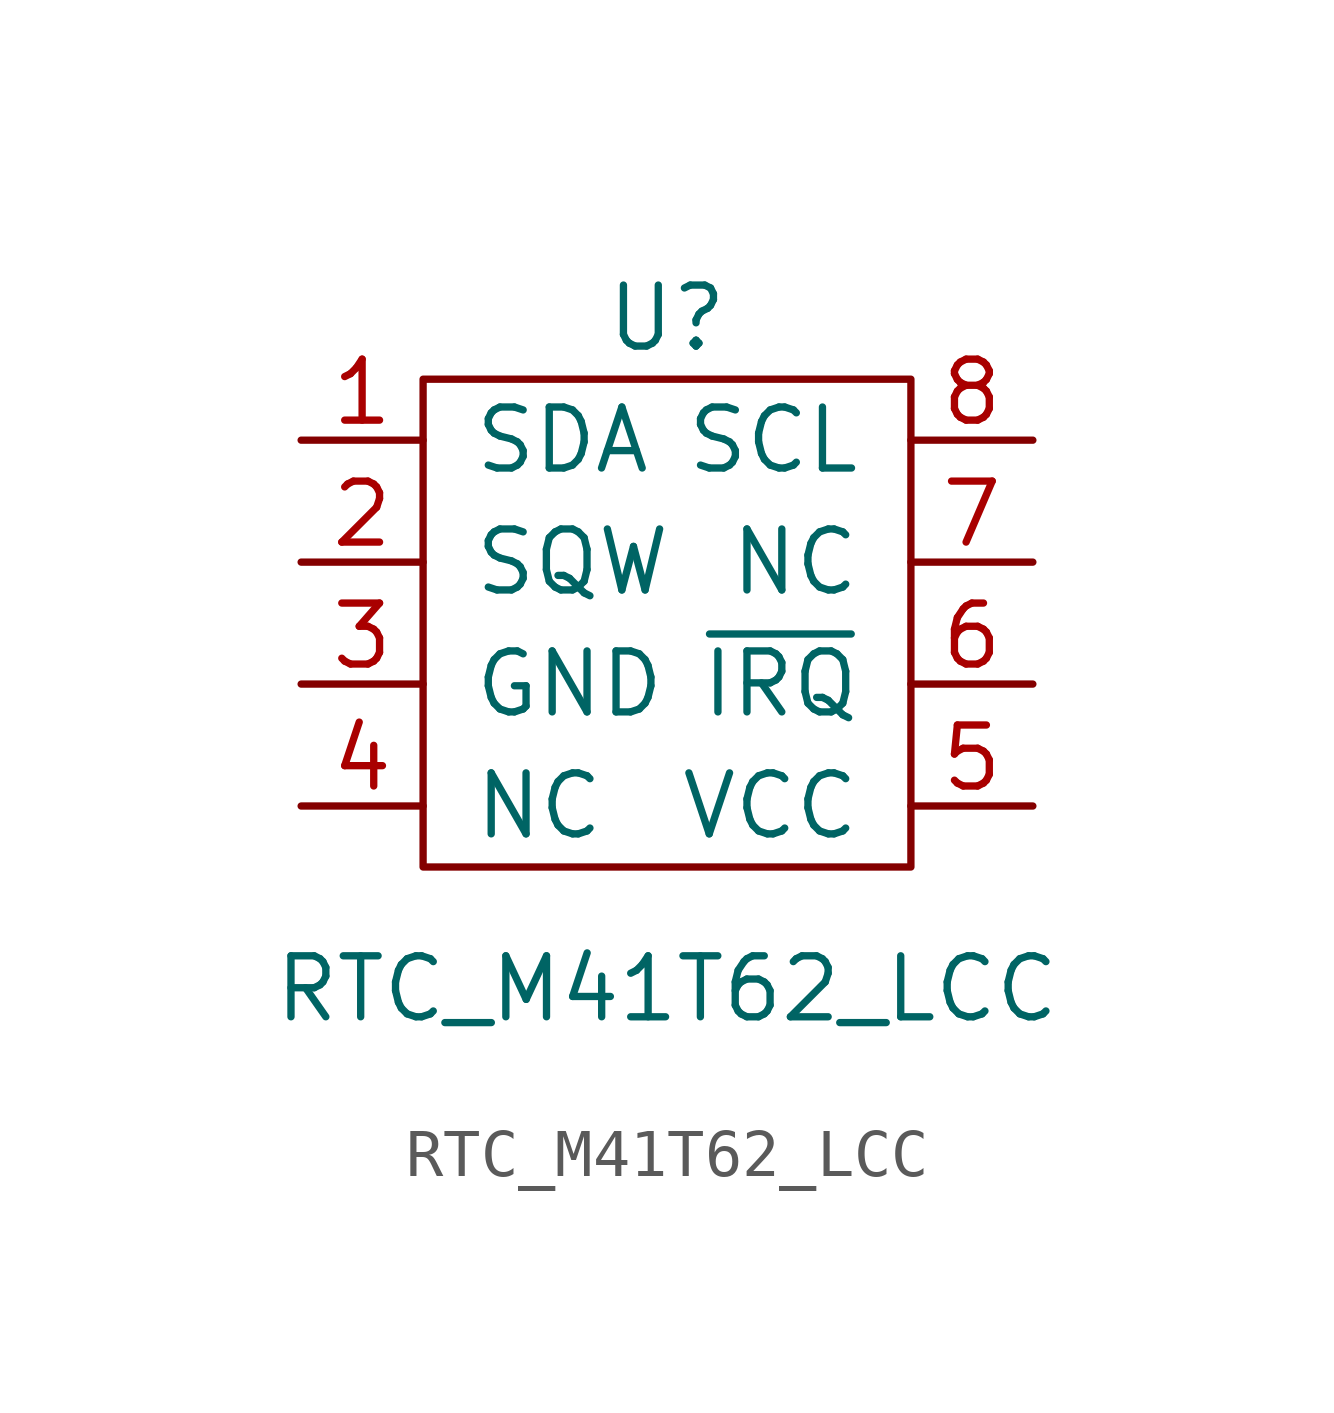
<source format=kicad_sym>
(kicad_symbol_lib
  (version 20211014)
  (generator kicad_symbol_editor)
  (symbol "RTC_M41T62_LCC"
    (pin_names
      (offset 1.016))
    (property "Reference" "U"
      (at 0 8.89 0)
      (effects (font (size 1.27 1.27))))
    (property "Value" "RTC_M41T62_LCC"
      (at 0 -5.08 0)
      (effects (font (size 1.27 1.27))))
    (symbol "RTC_M41T62_LCC_0_1"
      (rectangle (start -5.08 7.62) (end 5.08 -2.54) (stroke (width 0) (type default) (color 0 0 0 0)) (fill (type none))))
    (symbol "RTC_M41T62_LCC_1_1"
      (pin input line (at -7.62 6.35 0) (length 2.54) (name "SDA" (effects (font (size 1.27 1.27)))) (number "1" (effects (font (size 1.27 1.27)))))
      (pin input line (at -7.62 3.81 0) (length 2.54) (name "SQW" (effects (font (size 1.27 1.27)))) (number "2" (effects (font (size 1.27 1.27)))))
      (pin input line (at -7.62 1.27 0) (length 2.54) (name "GND" (effects (font (size 1.27 1.27)))) (number "3" (effects (font (size 1.27 1.27)))))
      (pin input line (at -7.62 -1.27 0) (length 2.54) (name "NC" (effects (font (size 1.27 1.27)))) (number "4" (effects (font (size 1.27 1.27)))))
      (pin input line (at 7.62 -1.27 180) (length 2.54) (name "VCC" (effects (font (size 1.27 1.27)))) (number "5" (effects (font (size 1.27 1.27)))))
      (pin input line (at 7.62 1.27 180) (length 2.54) (name "~{IRQ}" (effects (font (size 1.27 1.27)))) (number "6" (effects (font (size 1.27 1.27)))))
      (pin input line (at 7.62 3.81 180) (length 2.54) (name "NC" (effects (font (size 1.27 1.27)))) (number "7" (effects (font (size 1.27 1.27)))))
      (pin input line (at 7.62 6.35 180) (length 2.54) (name "SCL" (effects (font (size 1.27 1.27)))) (number "8" (effects (font (size 1.27 1.27))))))))
</source>
